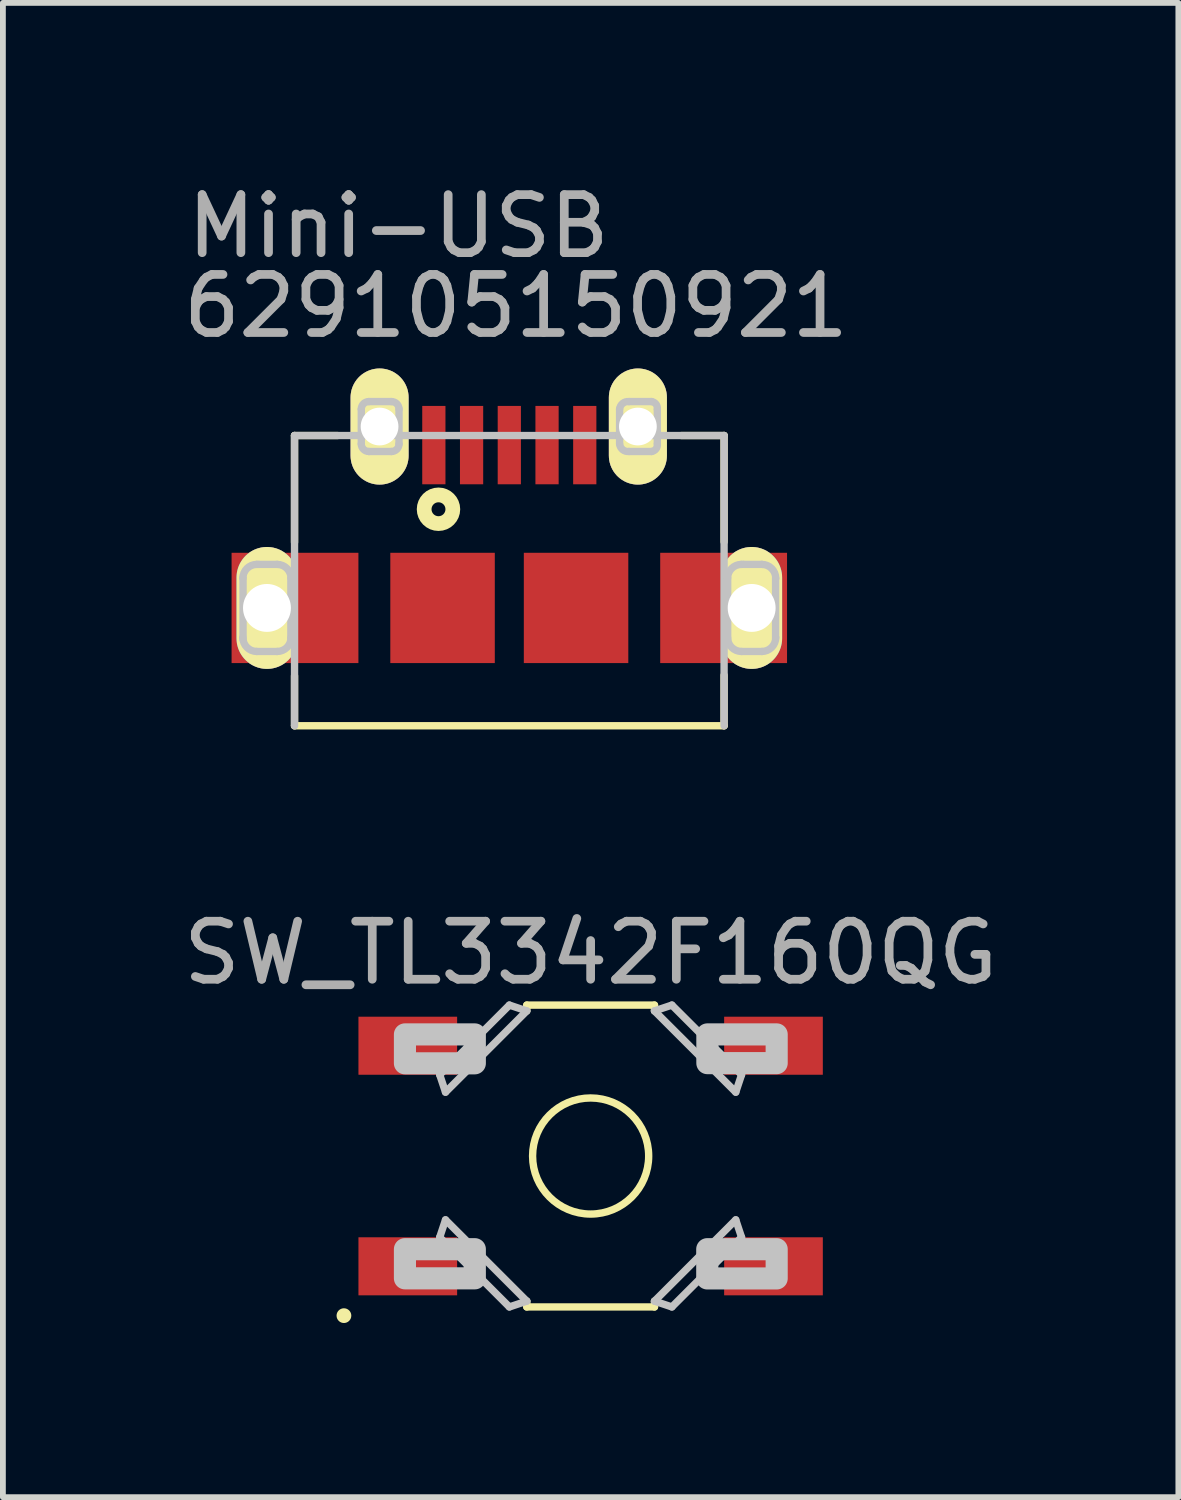
<source format=kicad_pcb>
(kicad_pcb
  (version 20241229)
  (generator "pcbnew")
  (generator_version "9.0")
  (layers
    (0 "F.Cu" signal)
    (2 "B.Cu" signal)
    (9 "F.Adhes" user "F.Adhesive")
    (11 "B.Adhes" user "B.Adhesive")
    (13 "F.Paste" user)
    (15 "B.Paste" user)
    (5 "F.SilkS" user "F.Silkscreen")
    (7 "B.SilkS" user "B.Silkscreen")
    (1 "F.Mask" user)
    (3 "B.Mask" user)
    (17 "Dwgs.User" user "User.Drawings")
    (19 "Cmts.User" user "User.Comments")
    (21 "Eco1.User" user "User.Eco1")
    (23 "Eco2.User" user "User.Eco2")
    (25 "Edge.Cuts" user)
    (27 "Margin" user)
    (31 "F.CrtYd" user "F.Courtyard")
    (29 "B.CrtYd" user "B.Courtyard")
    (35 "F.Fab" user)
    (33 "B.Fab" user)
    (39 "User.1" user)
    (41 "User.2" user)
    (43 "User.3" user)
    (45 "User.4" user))
  (footprint "629105150921"
    (layer "F.Cu")
    (at 5.664 7.298)
    (property "Reference" "629105150921" (at 0.175 -5.075 0) (layer "F.Fab") (effects (font (size 1 1) (thickness 0.15))))
    (attr smd)
    (fp_line (start -3.64 -2.845) (end -3.64 -1.005) (stroke (width 0.127) (type solid)) (layer "F.SilkS"))
    (fp_line (start -3.64 1.295) (end -3.64 2.155) (stroke (width 0.127) (type solid)) (layer "F.SilkS"))
    (fp_line (start -3.64 2.155) (end 3.76 2.155) (stroke (width 0.127) (type solid)) (layer "F.SilkS"))
    (fp_line (start -2.9 -2.845) (end -3.64 -2.845) (stroke (width 0.127) (type solid)) (layer "F.SilkS"))
    (fp_line (start 3.025 -2.845) (end 3.76 -2.845) (stroke (width 0.127) (type solid)) (layer "F.SilkS"))
    (fp_line (start 3.76 -2.845) (end 3.76 -1.015) (stroke (width 0.127) (type solid)) (layer "F.SilkS"))
    (fp_line (start 3.76 1.285) (end 3.76 2.155) (stroke (width 0.127) (type solid)) (layer "F.SilkS"))
    (fp_circle (center -1.16 -1.575) (end -1.04 -1.575) (stroke (width 0.254) (type solid)) (fill no) (layer "F.SilkS"))
    (fp_line (start -4.527 -0.395) (end -4.527 0.665) (stroke (width 0.127) (type solid)) (layer "Dwgs.User"))
    (fp_line (start -4.29 -0.625) (end -4.26 -0.625) (stroke (width 0.127) (type solid)) (layer "Dwgs.User"))
    (fp_line (start -4.29 0.875) (end -3.94 0.875) (stroke (width 0.127) (type solid)) (layer "Dwgs.User"))
    (fp_line (start -4.25 -0.625) (end -3.94 -0.625) (stroke (width 0.127) (type solid)) (layer "Dwgs.User"))
    (fp_line (start -3.703 -0.395) (end -3.703 0.655) (stroke (width 0.127) (type solid)) (layer "Dwgs.User"))
    (fp_line (start -3.64 -2.845) (end 3.76 -2.845) (stroke (width 0.127) (type solid)) (layer "Dwgs.User"))
    (fp_line (start -3.64 2.155) (end -3.64 -2.845) (stroke (width 0.127) (type solid)) (layer "Dwgs.User"))
    (fp_line (start -2.49 -3.3) (end -2.49 -2.7) (stroke (width 0.127) (type solid)) (layer "Dwgs.User"))
    (fp_line (start -2.36 -3.43) (end -1.97 -3.43) (stroke (width 0.127) (type solid)) (layer "Dwgs.User"))
    (fp_line (start -2.36 -2.57) (end -1.97 -2.57) (stroke (width 0.127) (type solid)) (layer "Dwgs.User"))
    (fp_line (start -1.84 -3.3) (end -1.84 -2.7) (stroke (width 0.127) (type solid)) (layer "Dwgs.User"))
    (fp_line (start 1.96 -3.3) (end 1.96 -2.7) (stroke (width 0.127) (type solid)) (layer "Dwgs.User"))
    (fp_line (start 2.12 -3.43) (end 2.51 -3.43) (stroke (width 0.127) (type solid)) (layer "Dwgs.User"))
    (fp_line (start 2.12 -2.57) (end 2.51 -2.57) (stroke (width 0.127) (type solid)) (layer "Dwgs.User"))
    (fp_line (start 2.61 -3.3) (end 2.61 -2.7) (stroke (width 0.127) (type solid)) (layer "Dwgs.User"))
    (fp_line (start 3.76 2.155) (end 3.76 -2.845) (stroke (width 0.127) (type solid)) (layer "Dwgs.User"))
    (fp_line (start 3.822 -0.395) (end 3.822 0.665) (stroke (width 0.127) (type solid)) (layer "Dwgs.User"))
    (fp_line (start 4.06 -0.625) (end 4.09 -0.625) (stroke (width 0.127) (type solid)) (layer "Dwgs.User"))
    (fp_line (start 4.06 0.875) (end 4.41 0.875) (stroke (width 0.127) (type solid)) (layer "Dwgs.User"))
    (fp_line (start 4.1 -0.625) (end 4.41 -0.625) (stroke (width 0.127) (type solid)) (layer "Dwgs.User"))
    (fp_line (start 4.647 -0.395) (end 4.647 0.655) (stroke (width 0.127) (type solid)) (layer "Dwgs.User"))
    (fp_arc (start -4.53 -0.385) (mid -4.459706 -0.554706) (end -4.29 -0.625) (stroke (width 0.127) (type solid)) (layer "Dwgs.User"))
    (fp_arc (start -4.29 0.875) (mid -4.459706 0.804706) (end -4.53 0.635) (stroke (width 0.127) (type solid)) (layer "Dwgs.User"))
    (fp_arc (start -3.94 -0.625) (mid -3.770294 -0.554706) (end -3.7 -0.385) (stroke (width 0.127) (type solid)) (layer "Dwgs.User"))
    (fp_arc (start -3.7 0.635) (mid -3.770294 0.804706) (end -3.94 0.875) (stroke (width 0.127) (type solid)) (layer "Dwgs.User"))
    (fp_arc (start -2.49 -3.3) (mid -2.451924 -3.391924) (end -2.36 -3.43) (stroke (width 0.127) (type solid)) (layer "Dwgs.User"))
    (fp_arc (start -2.36 -2.57) (mid -2.451924 -2.608076) (end -2.49 -2.7) (stroke (width 0.127) (type solid)) (layer "Dwgs.User"))
    (fp_arc (start -1.97 -3.43) (mid -1.878076 -3.391924) (end -1.84 -3.3) (stroke (width 0.127) (type solid)) (layer "Dwgs.User"))
    (fp_arc (start -1.84 -2.7) (mid -1.878076 -2.608076) (end -1.97 -2.57) (stroke (width 0.127) (type solid)) (layer "Dwgs.User"))
    (fp_arc (start 1.96 -3.3) (mid 2.013076 -3.398137) (end 2.12 -3.43) (stroke (width 0.127) (type solid)) (layer "Dwgs.User"))
    (fp_arc (start 2.12 -2.57) (mid 2.013076 -2.601863) (end 1.96 -2.7) (stroke (width 0.127) (type solid)) (layer "Dwgs.User"))
    (fp_arc (start 2.51 -3.43) (mid 2.586924 -3.385711) (end 2.61 -3.3) (stroke (width 0.127) (type solid)) (layer "Dwgs.User"))
    (fp_arc (start 2.61 -2.7) (mid 2.586924 -2.614289) (end 2.51 -2.57) (stroke (width 0.127) (type solid)) (layer "Dwgs.User"))
    (fp_arc (start 3.82 -0.385) (mid 3.890294 -0.554706) (end 4.06 -0.625) (stroke (width 0.127) (type solid)) (layer "Dwgs.User"))
    (fp_arc (start 4.06 0.875) (mid 3.890294 0.804706) (end 3.82 0.635) (stroke (width 0.127) (type solid)) (layer "Dwgs.User"))
    (fp_arc (start 4.41 -0.625) (mid 4.579706 -0.554706) (end 4.65 -0.385) (stroke (width 0.127) (type solid)) (layer "Dwgs.User"))
    (fp_arc (start 4.65 0.635) (mid 4.579706 0.804706) (end 4.41 0.875) (stroke (width 0.127) (type solid)) (layer "Dwgs.User"))
    (fp_text user "Mini-USB" (at -1.85 -6.45 0) (layer "F.Fab") (effects (font (size 1 1) (thickness 0.15))))
    (pad "1" smd rect (at -1.24 -2.68) (size 0.4 1.35) (layers "F.Cu" "F.Mask" "F.Paste"))
    (pad "2" smd rect (at -0.59 -2.68) (size 0.4 1.35) (layers "F.Cu" "F.Mask" "F.Paste"))
    (pad "3" smd rect (at 0.06 -2.68) (size 0.4 1.35) (layers "F.Cu" "F.Mask" "F.Paste"))
    (pad "4" smd rect (at 0.71 -2.68) (size 0.4 1.35) (layers "F.Cu" "F.Mask" "F.Paste"))
    (pad "5" smd rect (at 1.36 -2.68) (size 0.4 1.35) (layers "F.Cu" "F.Mask" "F.Paste"))
    (pad "SGEL" smd rect (at 1.21 0.125 180) (size 1.8 1.9) (layers "F.Cu" "F.Mask" "F.Paste"))
    (pad "SHEL" thru_hole oval (at -4.115 0.125 90) (size 2.1 1.05) (drill 0.825) (layers "*.Cu" "*.Mask" "F.SilkS"))
    (pad "SHEL" smd rect (at -3.632 0.125) (size 2.185 1.9) (layers "F.Cu" "F.Mask" "F.Paste"))
    (pad "SHEL" thru_hole oval (at -2.175 -3 90) (size 2 1) (drill 0.65) (layers "*.Cu" "*.Mask" "F.SilkS"))
    (pad "SHEL" smd rect (at -1.09 0.125 180) (size 1.8 1.9) (layers "F.Cu" "F.Mask" "F.Paste"))
    (pad "SHEL" thru_hole oval (at 2.275 -3 90) (size 2 1) (drill 0.65) (layers "*.Cu" "*.Mask" "F.SilkS"))
    (pad "SHEL" smd rect (at 3.752 0.125) (size 2.185 1.9) (layers "F.Cu" "F.Mask" "F.Paste"))
    (pad "SHEL" thru_hole oval (at 4.235 0.125 90) (size 2.1 1.05) (drill 0.825) (layers "*.Cu" "*.Mask" "F.SilkS")))
  (footprint "SW_TL3342F160QG"
    (layer "F.Cu")
    (at 7.125 16.865)
    (property "Reference" "SW_TL3342F160QG" (at 0 -3.5 0) (layer "F.Fab") (effects (font (size 1 1) (thickness 0.15))))
    (attr smd)
    (fp_line (start -1.1 -2.6) (end -1.1 -2.5) (stroke (width 0.127) (type solid)) (layer "F.SilkS"))
    (fp_line (start -1.1 -2.6) (end 1.1 -2.6) (stroke (width 0.127) (type solid)) (layer "F.SilkS"))
    (fp_line (start -1.1 2.5) (end -1.1 2.6) (stroke (width 0.127) (type solid)) (layer "F.SilkS"))
    (fp_line (start -1.1 2.6) (end 1.1 2.6) (stroke (width 0.127) (type solid)) (layer "F.SilkS"))
    (fp_line (start 1.1 -2.5) (end 1.1 -2.6) (stroke (width 0.127) (type solid)) (layer "F.SilkS"))
    (fp_line (start 1.1 2.5) (end 1.1 2.6) (stroke (width 0.127) (type solid)) (layer "F.SilkS"))
    (fp_circle (center -4.25 2.75) (end -4.123 2.75) (stroke (width 0) (type solid)) (fill yes) (layer "F.SilkS"))
    (fp_circle (center 0 0) (end 1 0) (stroke (width 0.127) (type solid)) (fill no) (layer "F.SilkS"))
    (fp_line (start -2.6 -1.4) (end -2.5 -1.1) (stroke (width 0.127) (type solid)) (layer "Dwgs.User"))
    (fp_line (start -2.6 -1.4) (end -1.4 -2.6) (stroke (width 0.127) (type solid)) (layer "Dwgs.User"))
    (fp_line (start -2.6 1.4) (end -2.5 1.1) (stroke (width 0.127) (type solid)) (layer "Dwgs.User"))
    (fp_line (start -2.6 1.4) (end -1.4 2.6) (stroke (width 0.127) (type solid)) (layer "Dwgs.User"))
    (fp_line (start -2.5 -1.1) (end -1.1 -2.5) (stroke (width 0.127) (type solid)) (layer "Dwgs.User"))
    (fp_line (start -2.5 1.1) (end -1.1 2.5) (stroke (width 0.127) (type solid)) (layer "Dwgs.User"))
    (fp_line (start -1.4 -2.6) (end -1.1 -2.5) (stroke (width 0.127) (type solid)) (layer "Dwgs.User"))
    (fp_line (start -1.4 2.6) (end -1.1 2.5) (stroke (width 0.127) (type solid)) (layer "Dwgs.User"))
    (fp_line (start 1.1 -2.5) (end 2.5 -1.1) (stroke (width 0.127) (type solid)) (layer "Dwgs.User"))
    (fp_line (start 1.1 2.5) (end 2.5 1.1) (stroke (width 0.127) (type solid)) (layer "Dwgs.User"))
    (fp_line (start 1.4 -2.6) (end 1.1 -2.5) (stroke (width 0.127) (type solid)) (layer "Dwgs.User"))
    (fp_line (start 1.4 -2.6) (end 2.6 -1.4) (stroke (width 0.127) (type solid)) (layer "Dwgs.User"))
    (fp_line (start 1.4 2.6) (end 1.1 2.5) (stroke (width 0.127) (type solid)) (layer "Dwgs.User"))
    (fp_line (start 1.4 2.6) (end 2.6 1.4) (stroke (width 0.127) (type solid)) (layer "Dwgs.User"))
    (fp_line (start 2.6 -1.4) (end 2.5 -1.1) (stroke (width 0.127) (type solid)) (layer "Dwgs.User"))
    (fp_line (start 2.6 1.4) (end 2.5 1.1) (stroke (width 0.127) (type solid)) (layer "Dwgs.User"))
    (fp_poly (pts (xy -3.199 1.605) (xy -1.995 1.605) (xy -1.995 2.107) (xy -3.199 2.107)) (stroke (width 0.381) (type solid)) (fill no) (layer "Dwgs.User"))
    (fp_poly (pts (xy -3.199 -2.095) (xy -1.995 -2.095) (xy -1.995 -1.597) (xy -3.199 -1.597)) (stroke (width 0.381) (type solid)) (fill no) (layer "Dwgs.User"))
    (fp_poly (pts (xy 2.009 1.605) (xy 3.205 1.605) (xy 3.205 2.109) (xy 2.009 2.109)) (stroke (width 0.381) (type solid)) (fill no) (layer "Dwgs.User"))
    (fp_poly (pts (xy 2.011 -2.095) (xy 3.205 -2.095) (xy 3.205 -1.6) (xy 2.011 -1.6)) (stroke (width 0.381) (type solid)) (fill no) (layer "Dwgs.User"))
    (pad "1" smd rect (at -3.15 1.9) (size 1.7 1) (layers "F.Cu" "F.Mask" "F.Paste"))
    (pad "1" smd rect (at 3.15 1.9) (size 1.7 1) (layers "F.Cu" "F.Mask" "F.Paste"))
    (pad "2" smd rect (at -3.15 -1.9) (size 1.7 1) (layers "F.Cu" "F.Mask" "F.Paste"))
    (pad "2" smd rect (at 3.15 -1.9) (size 1.7 1) (layers "F.Cu" "F.Mask" "F.Paste")))
  (gr_rect
    (start -3 -3)
    (end 17.25 22.742)
    (stroke (width 0.1) (type default))
    (fill no)
    (layer "Edge.Cuts")))
</source>
